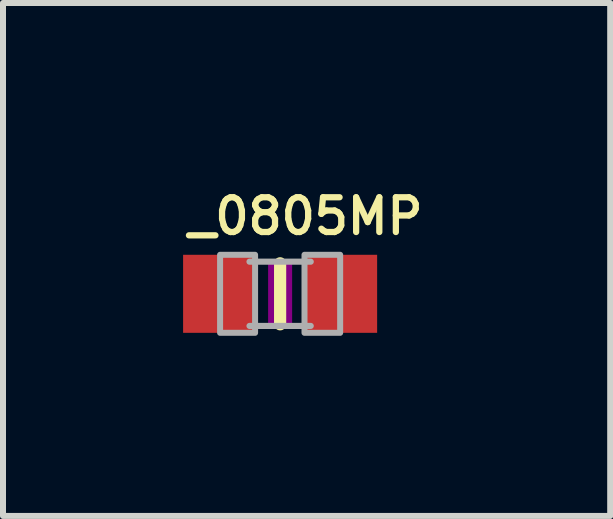
<source format=kicad_pcb>
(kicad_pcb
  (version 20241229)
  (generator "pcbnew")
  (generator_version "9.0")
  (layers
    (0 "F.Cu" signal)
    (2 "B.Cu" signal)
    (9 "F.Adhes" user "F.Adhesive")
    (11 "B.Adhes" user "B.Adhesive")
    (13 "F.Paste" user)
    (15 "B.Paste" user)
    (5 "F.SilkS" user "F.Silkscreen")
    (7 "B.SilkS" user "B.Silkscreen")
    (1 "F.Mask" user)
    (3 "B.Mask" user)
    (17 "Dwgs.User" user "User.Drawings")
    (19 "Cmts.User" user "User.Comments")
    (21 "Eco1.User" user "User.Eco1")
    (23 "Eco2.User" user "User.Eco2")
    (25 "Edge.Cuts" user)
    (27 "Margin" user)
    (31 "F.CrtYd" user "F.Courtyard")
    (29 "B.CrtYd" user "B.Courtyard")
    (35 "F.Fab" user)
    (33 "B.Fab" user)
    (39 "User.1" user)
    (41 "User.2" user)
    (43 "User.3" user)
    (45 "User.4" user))
  (footprint "_0805MP"
    (layer "F.Cu")
    (at 1.616 1.844)
    (property "Reference" "_0805MP" (at -1.587 -0.953 180) (layer "F.SilkS") (effects (font (size 0.579 0.579) (thickness 0.104)) (justify left bottom)))
    (attr through_hole)
    (fp_line (start 0 -0.508) (end 0 0.508) (stroke (width 0.203) (type solid)) (layer "F.SilkS"))
    (fp_poly (pts (xy -0.2 0.5) (xy 0.2 0.5) (xy 0.2 -0.5) (xy -0.2 -0.5)) (stroke (width 0) (type solid)) (fill yes) (layer "F.Adhes"))
    (fp_line (start -0.51 -0.535) (end 0.51 -0.535) (stroke (width 0.102) (type solid)) (layer "F.Fab"))
    (fp_line (start -0.51 0.535) (end 0.51 0.535) (stroke (width 0.102) (type solid)) (layer "F.Fab"))
    (fp_poly (pts (xy -1 0.65) (xy -0.417 0.65) (xy -0.417 -0.65) (xy -1 -0.65)) (stroke (width 0.1) (type solid)) (fill no) (layer "F.Fab"))
    (fp_poly (pts (xy 0.406 0.65) (xy 1 0.65) (xy 1 -0.65) (xy 0.406 -0.65)) (stroke (width 0.1) (type solid)) (fill no) (layer "F.Fab"))
    (pad "1" smd rect (at -1.016 0) (size 1.2 1.3) (layers "F.Cu" "F.Mask" "F.Paste"))
    (pad "2" smd rect (at 1.016 0) (size 1.2 1.3) (layers "F.Cu" "F.Mask" "F.Paste")))
  (gr_rect
    (start -3 -3)
    (end 7.114 5.544)
    (stroke (width 0.1) (type default))
    (fill no)
    (layer "Edge.Cuts")))
</source>
